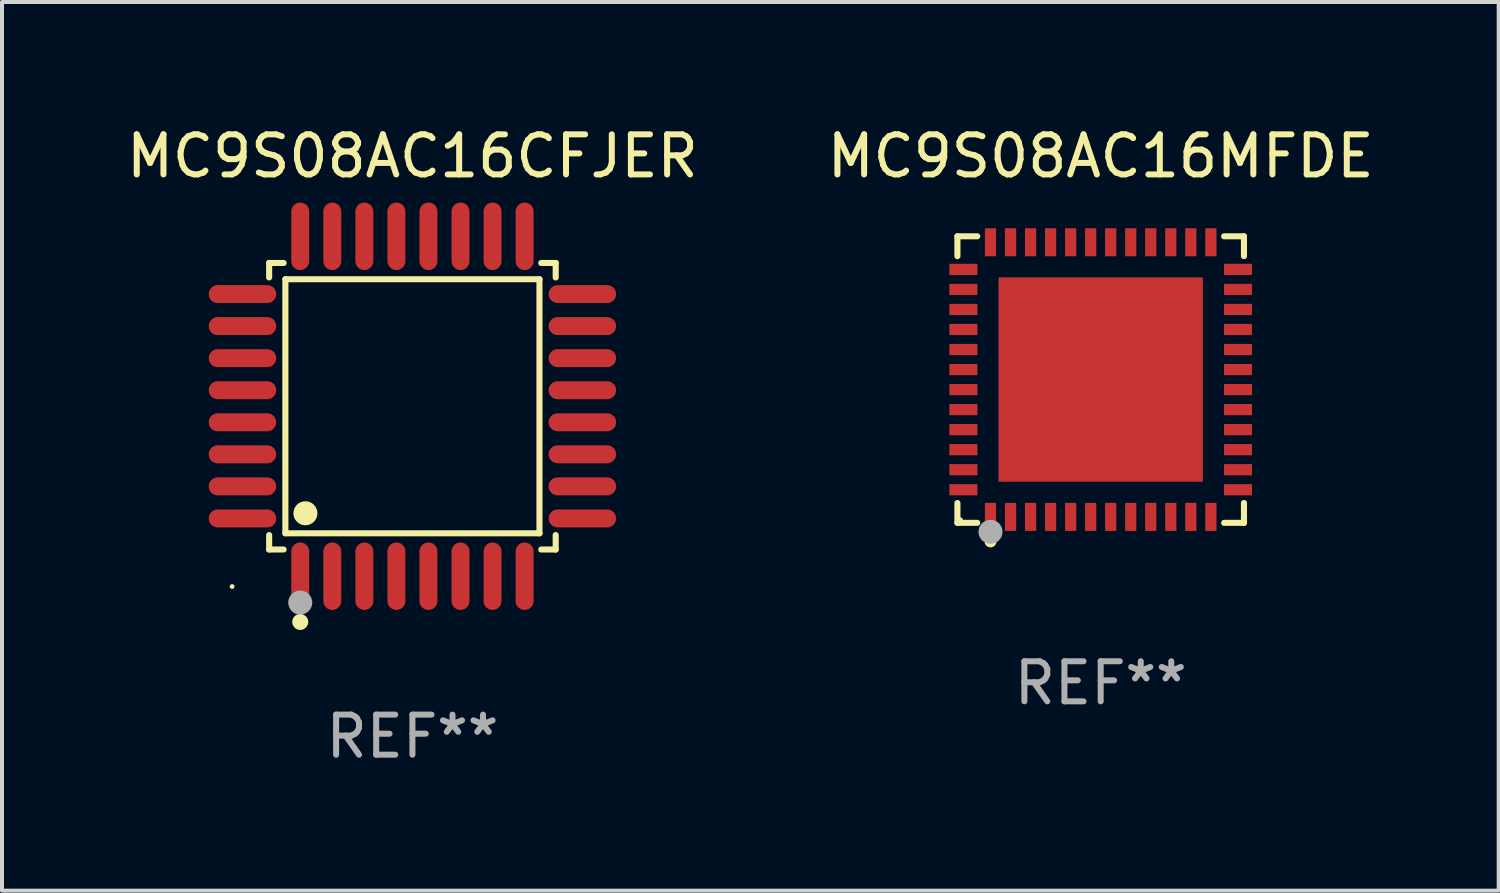
<source format=kicad_pcb>
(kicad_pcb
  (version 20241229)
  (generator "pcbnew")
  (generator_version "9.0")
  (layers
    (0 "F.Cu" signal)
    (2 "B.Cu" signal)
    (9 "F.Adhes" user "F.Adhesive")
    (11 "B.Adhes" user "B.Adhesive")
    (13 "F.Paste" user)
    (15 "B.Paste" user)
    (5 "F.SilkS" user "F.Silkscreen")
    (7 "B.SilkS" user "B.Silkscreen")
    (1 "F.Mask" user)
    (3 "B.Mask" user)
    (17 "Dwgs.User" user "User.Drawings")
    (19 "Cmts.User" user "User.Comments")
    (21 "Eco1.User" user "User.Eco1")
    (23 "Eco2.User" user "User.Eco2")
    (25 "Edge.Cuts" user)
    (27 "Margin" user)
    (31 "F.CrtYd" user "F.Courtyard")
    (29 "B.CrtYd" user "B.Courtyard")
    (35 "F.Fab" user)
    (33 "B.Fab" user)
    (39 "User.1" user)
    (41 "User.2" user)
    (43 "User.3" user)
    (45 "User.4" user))
  (footprint "MC9S08AC16CFJER"
    (layer "F.Cu")
    (at 7.244 7.09)
    (property "Reference" "MC9S08AC16CFJER" (at 0 -6.242 0) (layer "F.SilkS") (effects (font (size 1 1) (thickness 0.15))))
    (attr through_hole)
    (fp_line (start -3.576 -3.576) (end -3.215 -3.576) (stroke (width 0.152) (type solid)) (layer "F.SilkS"))
    (fp_line (start -3.576 -3.215) (end -3.576 -3.576) (stroke (width 0.152) (type solid)) (layer "F.SilkS"))
    (fp_line (start -3.576 3.215) (end -3.576 3.576) (stroke (width 0.152) (type solid)) (layer "F.SilkS"))
    (fp_line (start -3.576 3.576) (end -3.215 3.576) (stroke (width 0.152) (type solid)) (layer "F.SilkS"))
    (fp_line (start -3.171 -3.171) (end 3.171 -3.171) (stroke (width 0.152) (type solid)) (layer "F.SilkS"))
    (fp_line (start -3.171 3.171) (end -3.171 -3.171) (stroke (width 0.152) (type solid)) (layer "F.SilkS"))
    (fp_line (start 3.171 -3.171) (end 3.171 3.171) (stroke (width 0.152) (type solid)) (layer "F.SilkS"))
    (fp_line (start 3.171 3.171) (end -3.171 3.171) (stroke (width 0.152) (type solid)) (layer "F.SilkS"))
    (fp_line (start 3.576 -3.576) (end 3.215 -3.576) (stroke (width 0.152) (type solid)) (layer "F.SilkS"))
    (fp_line (start 3.576 -3.215) (end 3.576 -3.576) (stroke (width 0.152) (type solid)) (layer "F.SilkS"))
    (fp_line (start 3.576 3.215) (end 3.576 3.576) (stroke (width 0.152) (type solid)) (layer "F.SilkS"))
    (fp_line (start 3.576 3.576) (end 3.215 3.576) (stroke (width 0.152) (type solid)) (layer "F.SilkS"))
    (fp_circle (center -4.5 4.5) (end -4.47 4.5) (stroke (width 0.06) (type solid)) (fill no) (layer "F.SilkS"))
    (fp_circle (center -2.8 5.384) (end -2.7 5.384) (stroke (width 0.2) (type solid)) (fill no) (layer "F.SilkS"))
    (fp_circle (center -2.671 2.671) (end -2.521 2.671) (stroke (width 0.3) (type solid)) (fill no) (layer "F.SilkS"))
    (fp_circle (center -2.8 4.9) (end -2.65 4.9) (stroke (width 0.3) (type solid)) (fill no) (layer "F.Fab"))
    (fp_text user "REF**" (at 0 8.242 0) (layer "F.Fab") (effects (font (size 1 1) (thickness 0.15))))
    (pad "1" smd oval (at -2.8 4.242) (size 0.448 1.684) (layers "F.Cu" "F.Mask" "F.Paste"))
    (pad "2" smd oval (at -2 4.242) (size 0.448 1.684) (layers "F.Cu" "F.Mask" "F.Paste"))
    (pad "3" smd oval (at -1.2 4.242) (size 0.448 1.684) (layers "F.Cu" "F.Mask" "F.Paste"))
    (pad "4" smd oval (at -0.4 4.242) (size 0.448 1.684) (layers "F.Cu" "F.Mask" "F.Paste"))
    (pad "5" smd oval (at 0.4 4.242) (size 0.448 1.684) (layers "F.Cu" "F.Mask" "F.Paste"))
    (pad "6" smd oval (at 1.2 4.242) (size 0.448 1.684) (layers "F.Cu" "F.Mask" "F.Paste"))
    (pad "7" smd oval (at 2 4.242) (size 0.448 1.684) (layers "F.Cu" "F.Mask" "F.Paste"))
    (pad "8" smd oval (at 2.8 4.242) (size 0.448 1.684) (layers "F.Cu" "F.Mask" "F.Paste"))
    (pad "9" smd oval (at 4.242 2.8) (size 1.684 0.448) (layers "F.Cu" "F.Mask" "F.Paste"))
    (pad "10" smd oval (at 4.242 2) (size 1.684 0.448) (layers "F.Cu" "F.Mask" "F.Paste"))
    (pad "11" smd oval (at 4.242 1.2) (size 1.684 0.448) (layers "F.Cu" "F.Mask" "F.Paste"))
    (pad "12" smd oval (at 4.242 0.4) (size 1.684 0.448) (layers "F.Cu" "F.Mask" "F.Paste"))
    (pad "13" smd oval (at 4.242 -0.4) (size 1.684 0.448) (layers "F.Cu" "F.Mask" "F.Paste"))
    (pad "14" smd oval (at 4.242 -1.2) (size 1.684 0.448) (layers "F.Cu" "F.Mask" "F.Paste"))
    (pad "15" smd oval (at 4.242 -2) (size 1.684 0.448) (layers "F.Cu" "F.Mask" "F.Paste"))
    (pad "16" smd oval (at 4.242 -2.8) (size 1.684 0.448) (layers "F.Cu" "F.Mask" "F.Paste"))
    (pad "17" smd oval (at 2.8 -4.242) (size 0.448 1.684) (layers "F.Cu" "F.Mask" "F.Paste"))
    (pad "18" smd oval (at 2 -4.242) (size 0.448 1.684) (layers "F.Cu" "F.Mask" "F.Paste"))
    (pad "19" smd oval (at 1.2 -4.242) (size 0.448 1.684) (layers "F.Cu" "F.Mask" "F.Paste"))
    (pad "20" smd oval (at 0.4 -4.242) (size 0.448 1.684) (layers "F.Cu" "F.Mask" "F.Paste"))
    (pad "21" smd oval (at -0.4 -4.242) (size 0.448 1.684) (layers "F.Cu" "F.Mask" "F.Paste"))
    (pad "22" smd oval (at -1.2 -4.242) (size 0.448 1.684) (layers "F.Cu" "F.Mask" "F.Paste"))
    (pad "23" smd oval (at -2 -4.242) (size 0.448 1.684) (layers "F.Cu" "F.Mask" "F.Paste"))
    (pad "24" smd oval (at -2.8 -4.242) (size 0.448 1.684) (layers "F.Cu" "F.Mask" "F.Paste"))
    (pad "25" smd oval (at -4.242 -2.8) (size 1.684 0.448) (layers "F.Cu" "F.Mask" "F.Paste"))
    (pad "26" smd oval (at -4.242 -2) (size 1.684 0.448) (layers "F.Cu" "F.Mask" "F.Paste"))
    (pad "27" smd oval (at -4.242 -1.2) (size 1.684 0.448) (layers "F.Cu" "F.Mask" "F.Paste"))
    (pad "28" smd oval (at -4.242 -0.4) (size 1.684 0.448) (layers "F.Cu" "F.Mask" "F.Paste"))
    (pad "29" smd oval (at -4.242 0.4) (size 1.684 0.448) (layers "F.Cu" "F.Mask" "F.Paste"))
    (pad "30" smd oval (at -4.242 1.2) (size 1.684 0.448) (layers "F.Cu" "F.Mask" "F.Paste"))
    (pad "31" smd oval (at -4.242 2) (size 1.684 0.448) (layers "F.Cu" "F.Mask" "F.Paste"))
    (pad "32" smd oval (at -4.242 2.8) (size 1.684 0.448) (layers "F.Cu" "F.Mask" "F.Paste")))
  (footprint "MC9S08AC16MFDE"
    (layer "F.Cu")
    (at 24.423 6.424)
    (property "Reference" "MC9S08AC16MFDE" (at 0 -5.576 0) (layer "F.SilkS") (effects (font (size 1 1) (thickness 0.15))))
    (attr through_hole)
    (fp_line (start -3.576 -3.576) (end -3.081 -3.576) (stroke (width 0.152) (type solid)) (layer "F.SilkS"))
    (fp_line (start -3.576 -3.081) (end -3.576 -3.576) (stroke (width 0.152) (type solid)) (layer "F.SilkS"))
    (fp_line (start -3.576 3.081) (end -3.576 3.576) (stroke (width 0.152) (type solid)) (layer "F.SilkS"))
    (fp_line (start -3.576 3.576) (end -3.081 3.576) (stroke (width 0.152) (type solid)) (layer "F.SilkS"))
    (fp_line (start 3.576 -3.576) (end 3.081 -3.576) (stroke (width 0.152) (type solid)) (layer "F.SilkS"))
    (fp_line (start 3.576 -3.081) (end 3.576 -3.576) (stroke (width 0.152) (type solid)) (layer "F.SilkS"))
    (fp_line (start 3.576 3.081) (end 3.576 3.576) (stroke (width 0.152) (type solid)) (layer "F.SilkS"))
    (fp_line (start 3.576 3.576) (end 3.081 3.576) (stroke (width 0.152) (type solid)) (layer "F.SilkS"))
    (fp_circle (center -3.5 3.5) (end -3.47 3.5) (stroke (width 0.06) (type solid)) (fill no) (layer "F.SilkS"))
    (fp_circle (center -2.75 4.04) (end -2.675 4.04) (stroke (width 0.15) (type solid)) (fill no) (layer "F.SilkS"))
    (fp_circle (center -2.75 3.8) (end -2.6 3.8) (stroke (width 0.3) (type solid)) (fill no) (layer "F.Fab"))
    (fp_text user "REF**" (at 0 7.576 0) (layer "F.Fab") (effects (font (size 1 1) (thickness 0.15))))
    (pad "1" smd rect (at -2.75 3.427) (size 0.28 0.7) (layers "F.Cu" "F.Mask" "F.Paste"))
    (pad "2" smd rect (at -2.25 3.427) (size 0.28 0.7) (layers "F.Cu" "F.Mask" "F.Paste"))
    (pad "3" smd rect (at -1.75 3.427) (size 0.28 0.7) (layers "F.Cu" "F.Mask" "F.Paste"))
    (pad "4" smd rect (at -1.25 3.427) (size 0.28 0.7) (layers "F.Cu" "F.Mask" "F.Paste"))
    (pad "5" smd rect (at -0.75 3.427) (size 0.28 0.7) (layers "F.Cu" "F.Mask" "F.Paste"))
    (pad "6" smd rect (at -0.25 3.427) (size 0.28 0.7) (layers "F.Cu" "F.Mask" "F.Paste"))
    (pad "7" smd rect (at 0.25 3.427) (size 0.28 0.7) (layers "F.Cu" "F.Mask" "F.Paste"))
    (pad "8" smd rect (at 0.75 3.427) (size 0.28 0.7) (layers "F.Cu" "F.Mask" "F.Paste"))
    (pad "9" smd rect (at 1.25 3.427) (size 0.28 0.7) (layers "F.Cu" "F.Mask" "F.Paste"))
    (pad "10" smd rect (at 1.75 3.427) (size 0.28 0.7) (layers "F.Cu" "F.Mask" "F.Paste"))
    (pad "11" smd rect (at 2.25 3.427) (size 0.28 0.7) (layers "F.Cu" "F.Mask" "F.Paste"))
    (pad "12" smd rect (at 2.75 3.427) (size 0.28 0.7) (layers "F.Cu" "F.Mask" "F.Paste"))
    (pad "13" smd rect (at 3.427 2.75) (size 0.7 0.28) (layers "F.Cu" "F.Mask" "F.Paste"))
    (pad "14" smd rect (at 3.427 2.25) (size 0.7 0.28) (layers "F.Cu" "F.Mask" "F.Paste"))
    (pad "15" smd rect (at 3.427 1.75) (size 0.7 0.28) (layers "F.Cu" "F.Mask" "F.Paste"))
    (pad "16" smd rect (at 3.427 1.25) (size 0.7 0.28) (layers "F.Cu" "F.Mask" "F.Paste"))
    (pad "17" smd rect (at 3.427 0.75) (size 0.7 0.28) (layers "F.Cu" "F.Mask" "F.Paste"))
    (pad "18" smd rect (at 3.427 0.25) (size 0.7 0.28) (layers "F.Cu" "F.Mask" "F.Paste"))
    (pad "19" smd rect (at 3.427 -0.25) (size 0.7 0.28) (layers "F.Cu" "F.Mask" "F.Paste"))
    (pad "20" smd rect (at 3.427 -0.75) (size 0.7 0.28) (layers "F.Cu" "F.Mask" "F.Paste"))
    (pad "21" smd rect (at 3.427 -1.25) (size 0.7 0.28) (layers "F.Cu" "F.Mask" "F.Paste"))
    (pad "22" smd rect (at 3.427 -1.75) (size 0.7 0.28) (layers "F.Cu" "F.Mask" "F.Paste"))
    (pad "23" smd rect (at 3.427 -2.25) (size 0.7 0.28) (layers "F.Cu" "F.Mask" "F.Paste"))
    (pad "24" smd rect (at 3.427 -2.75) (size 0.7 0.28) (layers "F.Cu" "F.Mask" "F.Paste"))
    (pad "25" smd rect (at 2.75 -3.427) (size 0.28 0.7) (layers "F.Cu" "F.Mask" "F.Paste"))
    (pad "26" smd rect (at 2.25 -3.427) (size 0.28 0.7) (layers "F.Cu" "F.Mask" "F.Paste"))
    (pad "27" smd rect (at 1.75 -3.427) (size 0.28 0.7) (layers "F.Cu" "F.Mask" "F.Paste"))
    (pad "28" smd rect (at 1.25 -3.427) (size 0.28 0.7) (layers "F.Cu" "F.Mask" "F.Paste"))
    (pad "29" smd rect (at 0.75 -3.427) (size 0.28 0.7) (layers "F.Cu" "F.Mask" "F.Paste"))
    (pad "30" smd rect (at 0.25 -3.427) (size 0.28 0.7) (layers "F.Cu" "F.Mask" "F.Paste"))
    (pad "31" smd rect (at -0.25 -3.427) (size 0.28 0.7) (layers "F.Cu" "F.Mask" "F.Paste"))
    (pad "32" smd rect (at -0.75 -3.427) (size 0.28 0.7) (layers "F.Cu" "F.Mask" "F.Paste"))
    (pad "33" smd rect (at -1.25 -3.427) (size 0.28 0.7) (layers "F.Cu" "F.Mask" "F.Paste"))
    (pad "34" smd rect (at -1.75 -3.427) (size 0.28 0.7) (layers "F.Cu" "F.Mask" "F.Paste"))
    (pad "35" smd rect (at -2.25 -3.427) (size 0.28 0.7) (layers "F.Cu" "F.Mask" "F.Paste"))
    (pad "36" smd rect (at -2.75 -3.427) (size 0.28 0.7) (layers "F.Cu" "F.Mask" "F.Paste"))
    (pad "37" smd rect (at -3.427 -2.75) (size 0.7 0.28) (layers "F.Cu" "F.Mask" "F.Paste"))
    (pad "38" smd rect (at -3.427 -2.25) (size 0.7 0.28) (layers "F.Cu" "F.Mask" "F.Paste"))
    (pad "39" smd rect (at -3.427 -1.75) (size 0.7 0.28) (layers "F.Cu" "F.Mask" "F.Paste"))
    (pad "40" smd rect (at -3.427 -1.25) (size 0.7 0.28) (layers "F.Cu" "F.Mask" "F.Paste"))
    (pad "41" smd rect (at -3.427 -0.75) (size 0.7 0.28) (layers "F.Cu" "F.Mask" "F.Paste"))
    (pad "42" smd rect (at -3.427 -0.25) (size 0.7 0.28) (layers "F.Cu" "F.Mask" "F.Paste"))
    (pad "43" smd rect (at -3.427 0.25) (size 0.7 0.28) (layers "F.Cu" "F.Mask" "F.Paste"))
    (pad "44" smd rect (at -3.427 0.75) (size 0.7 0.28) (layers "F.Cu" "F.Mask" "F.Paste"))
    (pad "45" smd rect (at -3.427 1.25) (size 0.7 0.28) (layers "F.Cu" "F.Mask" "F.Paste"))
    (pad "46" smd rect (at -3.427 1.75) (size 0.7 0.28) (layers "F.Cu" "F.Mask" "F.Paste"))
    (pad "47" smd rect (at -3.427 2.25) (size 0.7 0.28) (layers "F.Cu" "F.Mask" "F.Paste"))
    (pad "48" smd rect (at -3.427 2.75) (size 0.7 0.28) (layers "F.Cu" "F.Mask" "F.Paste"))
    (pad "49" smd rect (at 0 0) (size 5.1 5.1) (layers "F.Cu" "F.Mask" "F.Paste")))
  (gr_rect
    (start -3 -3)
    (end 34.357 19.181)
    (stroke (width 0.1) (type default))
    (fill no)
    (layer "Edge.Cuts")))
</source>
